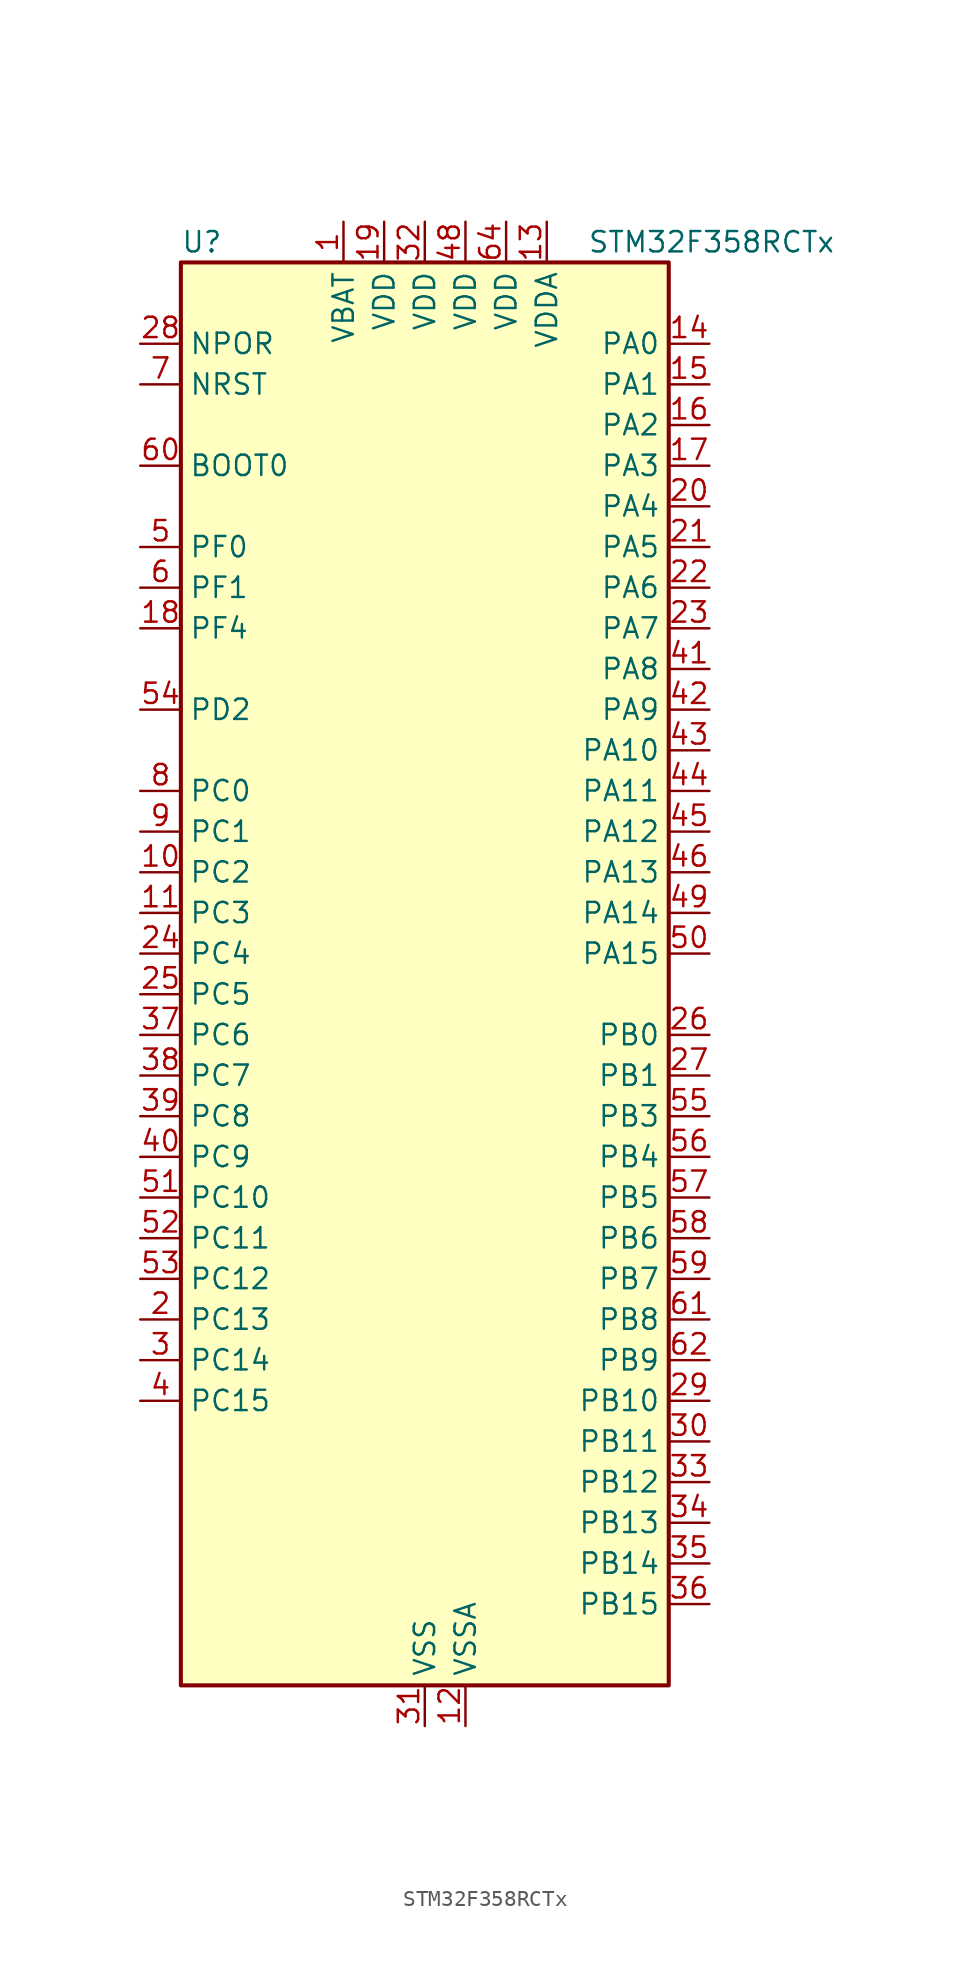
<source format=kicad_sym>
(kicad_symbol_lib
  (version 20241209)
  (generator "kicad_symbol_editor")
  (generator_version "9.0")
  (symbol "STM32F358RCTx"
    (property "Reference" "U"
      (at -15.24 46.99 0)
      (effects (font (size 1.27 1.27)) (justify left)))
    (property "Value" "STM32F358RCTx"
      (at 10.16 46.99 0)
      (effects (font (size 1.27 1.27)) (justify left)))
    (symbol "STM32F358RCTx_0_1"
      (rectangle (start -15.24 -43.18) (end 15.24 45.72) (stroke (width 0.254) (type default)) (fill (type background))))
    (symbol "STM32F358RCTx_1_1"
      (pin input line (at -17.78 40.64 0) (length 2.54) (name "NPOR" (effects (font (size 1.27 1.27)))) (number "28" (effects (font (size 1.27 1.27)))))
      (pin input line (at -17.78 38.1 0) (length 2.54) (name "NRST" (effects (font (size 1.27 1.27)))) (number "7" (effects (font (size 1.27 1.27)))))
      (pin input line (at -17.78 33.02 0) (length 2.54) (name "BOOT0" (effects (font (size 1.27 1.27)))) (number "60" (effects (font (size 1.27 1.27)))))
      (pin bidirectional line (at -17.78 27.94 0) (length 2.54) (name "PF0" (effects (font (size 1.27 1.27)))) (number "5" (effects (font (size 1.27 1.27)))) (alternate "I2C2_SDA" bidirectional line) (alternate "RCC_OSC_IN" bidirectional line) (alternate "TIM1_CH3N" bidirectional line))
      (pin bidirectional line (at -17.78 25.4 0) (length 2.54) (name "PF1" (effects (font (size 1.27 1.27)))) (number "6" (effects (font (size 1.27 1.27)))) (alternate "I2C2_SCL" bidirectional line) (alternate "RCC_OSC_OUT" bidirectional line))
      (pin bidirectional line (at -17.78 22.86 0) (length 2.54) (name "PF4" (effects (font (size 1.27 1.27)))) (number "18" (effects (font (size 1.27 1.27)))) (alternate "ADC1_IN5" bidirectional line) (alternate "COMP1_OUT" bidirectional line))
      (pin bidirectional line (at -17.78 17.78 0) (length 2.54) (name "PD2" (effects (font (size 1.27 1.27)))) (number "54" (effects (font (size 1.27 1.27)))) (alternate "ADC3_EXTI2" bidirectional line) (alternate "ADC4_EXTI2" bidirectional line) (alternate "TIM3_ETR" bidirectional line) (alternate "TIM8_BKIN" bidirectional line) (alternate "UART5_RX" bidirectional line))
      (pin bidirectional line (at -17.78 12.7 0) (length 2.54) (name "PC0" (effects (font (size 1.27 1.27)))) (number "8" (effects (font (size 1.27 1.27)))) (alternate "ADC1_IN6" bidirectional line) (alternate "ADC2_IN6" bidirectional line) (alternate "COMP7_INM" bidirectional line))
      (pin bidirectional line (at -17.78 10.16 0) (length 2.54) (name "PC1" (effects (font (size 1.27 1.27)))) (number "9" (effects (font (size 1.27 1.27)))) (alternate "ADC1_IN7" bidirectional line) (alternate "ADC2_IN7" bidirectional line) (alternate "COMP7_INP" bidirectional line))
      (pin bidirectional line (at -17.78 7.62 0) (length 2.54) (name "PC2" (effects (font (size 1.27 1.27)))) (number "10" (effects (font (size 1.27 1.27)))) (alternate "ADC1_IN8" bidirectional line) (alternate "ADC2_IN8" bidirectional line) (alternate "ADC3_EXTI2" bidirectional line) (alternate "ADC4_EXTI2" bidirectional line) (alternate "COMP7_OUT" bidirectional line))
      (pin bidirectional line (at -17.78 5.08 0) (length 2.54) (name "PC3" (effects (font (size 1.27 1.27)))) (number "11" (effects (font (size 1.27 1.27)))) (alternate "ADC1_IN9" bidirectional line) (alternate "ADC2_IN9" bidirectional line) (alternate "TIM1_BKIN2" bidirectional line))
      (pin bidirectional line (at -17.78 2.54 0) (length 2.54) (name "PC4" (effects (font (size 1.27 1.27)))) (number "24" (effects (font (size 1.27 1.27)))) (alternate "ADC2_IN5" bidirectional line) (alternate "USART1_TX" bidirectional line))
      (pin bidirectional line (at -17.78 0 0) (length 2.54) (name "PC5" (effects (font (size 1.27 1.27)))) (number "25" (effects (font (size 1.27 1.27)))) (alternate "ADC2_IN11" bidirectional line) (alternate "OPAMP1_VINM" bidirectional line) (alternate "OPAMP1_VINM_SEC" bidirectional line) (alternate "OPAMP2_VINM" bidirectional line) (alternate "OPAMP2_VINM_SEC" bidirectional line) (alternate "TSC_G3_IO1" bidirectional line) (alternate "USART1_RX" bidirectional line))
      (pin bidirectional line (at -17.78 -2.54 0) (length 2.54) (name "PC6" (effects (font (size 1.27 1.27)))) (number "37" (effects (font (size 1.27 1.27)))) (alternate "COMP6_OUT" bidirectional line) (alternate "I2S2_MCK" bidirectional line) (alternate "TIM3_CH1" bidirectional line) (alternate "TIM8_CH1" bidirectional line))
      (pin bidirectional line (at -17.78 -5.08 0) (length 2.54) (name "PC7" (effects (font (size 1.27 1.27)))) (number "38" (effects (font (size 1.27 1.27)))) (alternate "COMP5_OUT" bidirectional line) (alternate "I2S3_MCK" bidirectional line) (alternate "TIM3_CH2" bidirectional line) (alternate "TIM8_CH2" bidirectional line))
      (pin bidirectional line (at -17.78 -7.62 0) (length 2.54) (name "PC8" (effects (font (size 1.27 1.27)))) (number "39" (effects (font (size 1.27 1.27)))) (alternate "COMP3_OUT" bidirectional line) (alternate "TIM3_CH3" bidirectional line) (alternate "TIM8_CH3" bidirectional line))
      (pin bidirectional line (at -17.78 -10.16 0) (length 2.54) (name "PC9" (effects (font (size 1.27 1.27)))) (number "40" (effects (font (size 1.27 1.27)))) (alternate "DAC_EXTI9" bidirectional line) (alternate "I2S_CKIN" bidirectional line) (alternate "TIM3_CH4" bidirectional line) (alternate "TIM8_BKIN2" bidirectional line) (alternate "TIM8_CH4" bidirectional line))
      (pin bidirectional line (at -17.78 -12.7 0) (length 2.54) (name "PC10" (effects (font (size 1.27 1.27)))) (number "51" (effects (font (size 1.27 1.27)))) (alternate "I2S3_CK" bidirectional line) (alternate "SPI3_SCK" bidirectional line) (alternate "TIM8_CH1N" bidirectional line) (alternate "UART4_TX" bidirectional line) (alternate "USART3_TX" bidirectional line))
      (pin bidirectional line (at -17.78 -15.24 0) (length 2.54) (name "PC11" (effects (font (size 1.27 1.27)))) (number "52" (effects (font (size 1.27 1.27)))) (alternate "ADC1_EXTI11" bidirectional line) (alternate "ADC2_EXTI11" bidirectional line) (alternate "I2S3_ext_SD" bidirectional line) (alternate "SPI3_MISO" bidirectional line) (alternate "TIM8_CH2N" bidirectional line) (alternate "UART4_RX" bidirectional line) (alternate "USART3_RX" bidirectional line))
      (pin bidirectional line (at -17.78 -17.78 0) (length 2.54) (name "PC12" (effects (font (size 1.27 1.27)))) (number "53" (effects (font (size 1.27 1.27)))) (alternate "I2S3_SD" bidirectional line) (alternate "SPI3_MOSI" bidirectional line) (alternate "TIM8_CH3N" bidirectional line) (alternate "UART5_TX" bidirectional line) (alternate "USART3_CK" bidirectional line))
      (pin bidirectional line (at -17.78 -20.32 0) (length 2.54) (name "PC13" (effects (font (size 1.27 1.27)))) (number "2" (effects (font (size 1.27 1.27)))) (alternate "RTC_OUT_ALARM" bidirectional line) (alternate "RTC_OUT_CALIB" bidirectional line) (alternate "RTC_TAMP1" bidirectional line) (alternate "RTC_TS" bidirectional line) (alternate "SYS_WKUP2" bidirectional line) (alternate "TIM1_CH1N" bidirectional line))
      (pin bidirectional line (at -17.78 -22.86 0) (length 2.54) (name "PC14" (effects (font (size 1.27 1.27)))) (number "3" (effects (font (size 1.27 1.27)))) (alternate "RCC_OSC32_IN" bidirectional line))
      (pin bidirectional line (at -17.78 -25.4 0) (length 2.54) (name "PC15" (effects (font (size 1.27 1.27)))) (number "4" (effects (font (size 1.27 1.27)))) (alternate "ADC1_EXTI15" bidirectional line) (alternate "ADC2_EXTI15" bidirectional line) (alternate "RCC_OSC32_OUT" bidirectional line))
      (pin power_in line (at -5.08 48.26 270) (length 2.54) (name "VBAT" (effects (font (size 1.27 1.27)))) (number "1" (effects (font (size 1.27 1.27)))))
      (pin power_in line (at -2.54 48.26 270) (length 2.54) (name "VDD" (effects (font (size 1.27 1.27)))) (number "19" (effects (font (size 1.27 1.27)))))
      (pin power_in line (at 0 48.26 270) (length 2.54) (name "VDD" (effects (font (size 1.27 1.27)))) (number "32" (effects (font (size 1.27 1.27)))))
      (pin power_in line (at 0 -45.72 90) (length 2.54) (name "VSS" (effects (font (size 1.27 1.27)))) (number "31" (effects (font (size 1.27 1.27)))))
      (pin passive line (at 0 -45.72 90) (length 2.54) (hide yes) (name "VSS" (effects (font (size 1.27 1.27)))) (number "47" (effects (font (size 1.27 1.27)))))
      (pin passive line (at 0 -45.72 90) (length 2.54) (hide yes) (name "VSS" (effects (font (size 1.27 1.27)))) (number "63" (effects (font (size 1.27 1.27)))))
      (pin power_in line (at 2.54 48.26 270) (length 2.54) (name "VDD" (effects (font (size 1.27 1.27)))) (number "48" (effects (font (size 1.27 1.27)))))
      (pin power_in line (at 2.54 -45.72 90) (length 2.54) (name "VSSA" (effects (font (size 1.27 1.27)))) (number "12" (effects (font (size 1.27 1.27)))))
      (pin power_in line (at 5.08 48.26 270) (length 2.54) (name "VDD" (effects (font (size 1.27 1.27)))) (number "64" (effects (font (size 1.27 1.27)))))
      (pin power_in line (at 7.62 48.26 270) (length 2.54) (name "VDDA" (effects (font (size 1.27 1.27)))) (number "13" (effects (font (size 1.27 1.27)))))
      (pin bidirectional line (at 17.78 40.64 180) (length 2.54) (name "PA0" (effects (font (size 1.27 1.27)))) (number "14" (effects (font (size 1.27 1.27)))) (alternate "ADC1_IN1" bidirectional line) (alternate "COMP1_INM" bidirectional line) (alternate "COMP1_OUT" bidirectional line) (alternate "COMP7_INP" bidirectional line) (alternate "RTC_TAMP2" bidirectional line) (alternate "SYS_WKUP1" bidirectional line) (alternate "TIM2_CH1" bidirectional line) (alternate "TIM2_ETR" bidirectional line) (alternate "TIM8_BKIN" bidirectional line) (alternate "TIM8_ETR" bidirectional line) (alternate "TSC_G1_IO1" bidirectional line) (alternate "USART2_CTS" bidirectional line))
      (pin bidirectional line (at 17.78 38.1 180) (length 2.54) (name "PA1" (effects (font (size 1.27 1.27)))) (number "15" (effects (font (size 1.27 1.27)))) (alternate "ADC1_IN2" bidirectional line) (alternate "COMP1_INP" bidirectional line) (alternate "OPAMP1_VINP" bidirectional line) (alternate "OPAMP1_VINP_SEC" bidirectional line) (alternate "OPAMP3_VINP" bidirectional line) (alternate "OPAMP3_VINP_SEC" bidirectional line) (alternate "RTC_REFIN" bidirectional line) (alternate "TIM15_CH1N" bidirectional line) (alternate "TIM2_CH2" bidirectional line) (alternate "TSC_G1_IO2" bidirectional line) (alternate "USART2_DE" bidirectional line) (alternate "USART2_RTS" bidirectional line))
      (pin bidirectional line (at 17.78 35.56 180) (length 2.54) (name "PA2" (effects (font (size 1.27 1.27)))) (number "16" (effects (font (size 1.27 1.27)))) (alternate "ADC1_IN3" bidirectional line) (alternate "ADC3_EXTI2" bidirectional line) (alternate "ADC4_EXTI2" bidirectional line) (alternate "COMP2_INM" bidirectional line) (alternate "COMP2_OUT" bidirectional line) (alternate "OPAMP1_VOUT" bidirectional line) (alternate "TIM15_CH1" bidirectional line) (alternate "TIM2_CH3" bidirectional line) (alternate "TSC_G1_IO3" bidirectional line) (alternate "USART2_TX" bidirectional line))
      (pin bidirectional line (at 17.78 33.02 180) (length 2.54) (name "PA3" (effects (font (size 1.27 1.27)))) (number "17" (effects (font (size 1.27 1.27)))) (alternate "ADC1_IN4" bidirectional line) (alternate "COMP2_INP" bidirectional line) (alternate "OPAMP1_VINM" bidirectional line) (alternate "OPAMP1_VINM_SEC" bidirectional line) (alternate "OPAMP1_VINP" bidirectional line) (alternate "OPAMP1_VINP_SEC" bidirectional line) (alternate "TIM15_CH2" bidirectional line) (alternate "TIM2_CH4" bidirectional line) (alternate "TSC_G1_IO4" bidirectional line) (alternate "USART2_RX" bidirectional line))
      (pin bidirectional line (at 17.78 30.48 180) (length 2.54) (name "PA4" (effects (font (size 1.27 1.27)))) (number "20" (effects (font (size 1.27 1.27)))) (alternate "ADC2_IN1" bidirectional line) (alternate "COMP1_INM" bidirectional line) (alternate "COMP2_INM" bidirectional line) (alternate "COMP3_INM" bidirectional line) (alternate "COMP4_INM" bidirectional line) (alternate "COMP5_INM" bidirectional line) (alternate "COMP6_INM" bidirectional line) (alternate "COMP7_INM" bidirectional line) (alternate "DAC_OUT1" bidirectional line) (alternate "I2S3_WS" bidirectional line) (alternate "OPAMP4_VINP" bidirectional line) (alternate "OPAMP4_VINP_SEC" bidirectional line) (alternate "SPI1_NSS" bidirectional line) (alternate "SPI3_NSS" bidirectional line) (alternate "TIM3_CH2" bidirectional line) (alternate "TSC_G2_IO1" bidirectional line) (alternate "USART2_CK" bidirectional line))
      (pin bidirectional line (at 17.78 27.94 180) (length 2.54) (name "PA5" (effects (font (size 1.27 1.27)))) (number "21" (effects (font (size 1.27 1.27)))) (alternate "ADC2_IN2" bidirectional line) (alternate "COMP1_INM" bidirectional line) (alternate "COMP2_INM" bidirectional line) (alternate "COMP3_INM" bidirectional line) (alternate "COMP4_INM" bidirectional line) (alternate "COMP5_INM" bidirectional line) (alternate "COMP6_INM" bidirectional line) (alternate "COMP7_INM" bidirectional line) (alternate "DAC_OUT2" bidirectional line) (alternate "OPAMP1_VINP" bidirectional line) (alternate "OPAMP1_VINP_SEC" bidirectional line) (alternate "OPAMP2_VINM" bidirectional line) (alternate "OPAMP2_VINM_SEC" bidirectional line) (alternate "OPAMP3_VINP" bidirectional line) (alternate "OPAMP3_VINP_SEC" bidirectional line) (alternate "SPI1_SCK" bidirectional line) (alternate "TIM2_CH1" bidirectional line) (alternate "TIM2_ETR" bidirectional line) (alternate "TSC_G2_IO2" bidirectional line))
      (pin bidirectional line (at 17.78 25.4 180) (length 2.54) (name "PA6" (effects (font (size 1.27 1.27)))) (number "22" (effects (font (size 1.27 1.27)))) (alternate "ADC2_IN3" bidirectional line) (alternate "COMP1_OUT" bidirectional line) (alternate "OPAMP2_VOUT" bidirectional line) (alternate "SPI1_MISO" bidirectional line) (alternate "TIM16_CH1" bidirectional line) (alternate "TIM1_BKIN" bidirectional line) (alternate "TIM3_CH1" bidirectional line) (alternate "TIM8_BKIN" bidirectional line) (alternate "TSC_G2_IO3" bidirectional line))
      (pin bidirectional line (at 17.78 22.86 180) (length 2.54) (name "PA7" (effects (font (size 1.27 1.27)))) (number "23" (effects (font (size 1.27 1.27)))) (alternate "ADC2_IN4" bidirectional line) (alternate "COMP2_INP" bidirectional line) (alternate "COMP2_OUT" bidirectional line) (alternate "OPAMP1_VINP" bidirectional line) (alternate "OPAMP1_VINP_SEC" bidirectional line) (alternate "OPAMP2_VINP" bidirectional line) (alternate "OPAMP2_VINP_SEC" bidirectional line) (alternate "SPI1_MOSI" bidirectional line) (alternate "TIM17_CH1" bidirectional line) (alternate "TIM1_CH1N" bidirectional line) (alternate "TIM3_CH2" bidirectional line) (alternate "TIM8_CH1N" bidirectional line) (alternate "TSC_G2_IO4" bidirectional line))
      (pin bidirectional line (at 17.78 20.32 180) (length 2.54) (name "PA8" (effects (font (size 1.27 1.27)))) (number "41" (effects (font (size 1.27 1.27)))) (alternate "COMP3_OUT" bidirectional line) (alternate "I2C2_SMBA" bidirectional line) (alternate "I2S2_MCK" bidirectional line) (alternate "RCC_MCO" bidirectional line) (alternate "TIM1_CH1" bidirectional line) (alternate "TIM4_ETR" bidirectional line) (alternate "USART1_CK" bidirectional line))
      (pin bidirectional line (at 17.78 17.78 180) (length 2.54) (name "PA9" (effects (font (size 1.27 1.27)))) (number "42" (effects (font (size 1.27 1.27)))) (alternate "COMP5_OUT" bidirectional line) (alternate "DAC_EXTI9" bidirectional line) (alternate "I2C2_SCL" bidirectional line) (alternate "I2S3_MCK" bidirectional line) (alternate "TIM15_BKIN" bidirectional line) (alternate "TIM1_CH2" bidirectional line) (alternate "TIM2_CH3" bidirectional line) (alternate "TSC_G4_IO1" bidirectional line) (alternate "USART1_TX" bidirectional line))
      (pin bidirectional line (at 17.78 15.24 180) (length 2.54) (name "PA10" (effects (font (size 1.27 1.27)))) (number "43" (effects (font (size 1.27 1.27)))) (alternate "COMP6_OUT" bidirectional line) (alternate "I2C2_SDA" bidirectional line) (alternate "TIM17_BKIN" bidirectional line) (alternate "TIM1_CH3" bidirectional line) (alternate "TIM2_CH4" bidirectional line) (alternate "TIM8_BKIN" bidirectional line) (alternate "TSC_G4_IO2" bidirectional line) (alternate "USART1_RX" bidirectional line))
      (pin bidirectional line (at 17.78 12.7 180) (length 2.54) (name "PA11" (effects (font (size 1.27 1.27)))) (number "44" (effects (font (size 1.27 1.27)))) (alternate "ADC1_EXTI11" bidirectional line) (alternate "ADC2_EXTI11" bidirectional line) (alternate "CAN_RX" bidirectional line) (alternate "COMP1_OUT" bidirectional line) (alternate "TIM1_BKIN2" bidirectional line) (alternate "TIM1_CH1N" bidirectional line) (alternate "TIM1_CH4" bidirectional line) (alternate "TIM4_CH1" bidirectional line) (alternate "USART1_CTS" bidirectional line))
      (pin bidirectional line (at 17.78 10.16 180) (length 2.54) (name "PA12" (effects (font (size 1.27 1.27)))) (number "45" (effects (font (size 1.27 1.27)))) (alternate "CAN_TX" bidirectional line) (alternate "COMP2_OUT" bidirectional line) (alternate "TIM16_CH1" bidirectional line) (alternate "TIM1_CH2N" bidirectional line) (alternate "TIM1_ETR" bidirectional line) (alternate "TIM4_CH2" bidirectional line) (alternate "USART1_DE" bidirectional line) (alternate "USART1_RTS" bidirectional line))
      (pin bidirectional line (at 17.78 7.62 180) (length 2.54) (name "PA13" (effects (font (size 1.27 1.27)))) (number "46" (effects (font (size 1.27 1.27)))) (alternate "IR_OUT" bidirectional line) (alternate "SYS_JTMS-SWDIO" bidirectional line) (alternate "TIM16_CH1N" bidirectional line) (alternate "TIM4_CH3" bidirectional line) (alternate "TSC_G4_IO3" bidirectional line) (alternate "USART3_CTS" bidirectional line))
      (pin bidirectional line (at 17.78 5.08 180) (length 2.54) (name "PA14" (effects (font (size 1.27 1.27)))) (number "49" (effects (font (size 1.27 1.27)))) (alternate "I2C1_SDA" bidirectional line) (alternate "SYS_JTCK-SWCLK" bidirectional line) (alternate "TIM1_BKIN" bidirectional line) (alternate "TIM8_CH2" bidirectional line) (alternate "TSC_G4_IO4" bidirectional line) (alternate "USART2_TX" bidirectional line))
      (pin bidirectional line (at 17.78 2.54 180) (length 2.54) (name "PA15" (effects (font (size 1.27 1.27)))) (number "50" (effects (font (size 1.27 1.27)))) (alternate "ADC1_EXTI15" bidirectional line) (alternate "ADC2_EXTI15" bidirectional line) (alternate "I2C1_SCL" bidirectional line) (alternate "I2S3_WS" bidirectional line) (alternate "SPI1_NSS" bidirectional line) (alternate "SPI3_NSS" bidirectional line) (alternate "SYS_JTDI" bidirectional line) (alternate "TIM1_BKIN" bidirectional line) (alternate "TIM2_CH1" bidirectional line) (alternate "TIM2_ETR" bidirectional line) (alternate "TIM8_CH1" bidirectional line) (alternate "USART2_RX" bidirectional line))
      (pin bidirectional line (at 17.78 -2.54 180) (length 2.54) (name "PB0" (effects (font (size 1.27 1.27)))) (number "26" (effects (font (size 1.27 1.27)))) (alternate "ADC3_IN12" bidirectional line) (alternate "COMP4_INP" bidirectional line) (alternate "OPAMP2_VINP" bidirectional line) (alternate "OPAMP2_VINP_SEC" bidirectional line) (alternate "OPAMP3_VINP" bidirectional line) (alternate "OPAMP3_VINP_SEC" bidirectional line) (alternate "TIM1_CH2N" bidirectional line) (alternate "TIM3_CH3" bidirectional line) (alternate "TIM8_CH2N" bidirectional line) (alternate "TSC_G3_IO2" bidirectional line))
      (pin bidirectional line (at 17.78 -5.08 180) (length 2.54) (name "PB1" (effects (font (size 1.27 1.27)))) (number "27" (effects (font (size 1.27 1.27)))) (alternate "ADC3_IN1" bidirectional line) (alternate "COMP4_OUT" bidirectional line) (alternate "OPAMP3_VOUT" bidirectional line) (alternate "TIM1_CH3N" bidirectional line) (alternate "TIM3_CH4" bidirectional line) (alternate "TIM8_CH3N" bidirectional line) (alternate "TSC_G3_IO3" bidirectional line))
      (pin bidirectional line (at 17.78 -7.62 180) (length 2.54) (name "PB3" (effects (font (size 1.27 1.27)))) (number "55" (effects (font (size 1.27 1.27)))) (alternate "I2S3_CK" bidirectional line) (alternate "SPI1_SCK" bidirectional line) (alternate "SPI3_SCK" bidirectional line) (alternate "SYS_JTDO-TRACESWO" bidirectional line) (alternate "TIM2_CH2" bidirectional line) (alternate "TIM3_ETR" bidirectional line) (alternate "TIM4_ETR" bidirectional line) (alternate "TIM8_CH1N" bidirectional line) (alternate "TSC_G5_IO1" bidirectional line) (alternate "USART2_TX" bidirectional line))
      (pin bidirectional line (at 17.78 -10.16 180) (length 2.54) (name "PB4" (effects (font (size 1.27 1.27)))) (number "56" (effects (font (size 1.27 1.27)))) (alternate "I2S3_ext_SD" bidirectional line) (alternate "SPI1_MISO" bidirectional line) (alternate "SPI3_MISO" bidirectional line) (alternate "SYS_NJTRST" bidirectional line) (alternate "TIM16_CH1" bidirectional line) (alternate "TIM17_BKIN" bidirectional line) (alternate "TIM3_CH1" bidirectional line) (alternate "TIM8_CH2N" bidirectional line) (alternate "TSC_G5_IO2" bidirectional line) (alternate "USART2_RX" bidirectional line))
      (pin bidirectional line (at 17.78 -12.7 180) (length 2.54) (name "PB5" (effects (font (size 1.27 1.27)))) (number "57" (effects (font (size 1.27 1.27)))) (alternate "I2C1_SMBA" bidirectional line) (alternate "I2S3_SD" bidirectional line) (alternate "SPI1_MOSI" bidirectional line) (alternate "SPI3_MOSI" bidirectional line) (alternate "TIM16_BKIN" bidirectional line) (alternate "TIM17_CH1" bidirectional line) (alternate "TIM3_CH2" bidirectional line) (alternate "TIM8_CH3N" bidirectional line) (alternate "USART2_CK" bidirectional line))
      (pin bidirectional line (at 17.78 -15.24 180) (length 2.54) (name "PB6" (effects (font (size 1.27 1.27)))) (number "58" (effects (font (size 1.27 1.27)))) (alternate "I2C1_SCL" bidirectional line) (alternate "TIM16_CH1N" bidirectional line) (alternate "TIM4_CH1" bidirectional line) (alternate "TIM8_BKIN2" bidirectional line) (alternate "TIM8_CH1" bidirectional line) (alternate "TIM8_ETR" bidirectional line) (alternate "TSC_G5_IO3" bidirectional line) (alternate "USART1_TX" bidirectional line))
      (pin bidirectional line (at 17.78 -17.78 180) (length 2.54) (name "PB7" (effects (font (size 1.27 1.27)))) (number "59" (effects (font (size 1.27 1.27)))) (alternate "I2C1_SDA" bidirectional line) (alternate "TIM17_CH1N" bidirectional line) (alternate "TIM3_CH4" bidirectional line) (alternate "TIM4_CH2" bidirectional line) (alternate "TIM8_BKIN" bidirectional line) (alternate "TSC_G5_IO4" bidirectional line) (alternate "USART1_RX" bidirectional line))
      (pin bidirectional line (at 17.78 -20.32 180) (length 2.54) (name "PB8" (effects (font (size 1.27 1.27)))) (number "61" (effects (font (size 1.27 1.27)))) (alternate "CAN_RX" bidirectional line) (alternate "COMP1_OUT" bidirectional line) (alternate "I2C1_SCL" bidirectional line) (alternate "TIM16_CH1" bidirectional line) (alternate "TIM1_BKIN" bidirectional line) (alternate "TIM4_CH3" bidirectional line) (alternate "TIM8_CH2" bidirectional line) (alternate "TSC_SYNC" bidirectional line))
      (pin bidirectional line (at 17.78 -22.86 180) (length 2.54) (name "PB9" (effects (font (size 1.27 1.27)))) (number "62" (effects (font (size 1.27 1.27)))) (alternate "CAN_TX" bidirectional line) (alternate "COMP2_OUT" bidirectional line) (alternate "DAC_EXTI9" bidirectional line) (alternate "I2C1_SDA" bidirectional line) (alternate "IR_OUT" bidirectional line) (alternate "TIM17_CH1" bidirectional line) (alternate "TIM4_CH4" bidirectional line) (alternate "TIM8_CH3" bidirectional line))
      (pin bidirectional line (at 17.78 -25.4 180) (length 2.54) (name "PB10" (effects (font (size 1.27 1.27)))) (number "29" (effects (font (size 1.27 1.27)))) (alternate "COMP5_INM" bidirectional line) (alternate "OPAMP3_VINM" bidirectional line) (alternate "OPAMP3_VINM_SEC" bidirectional line) (alternate "OPAMP4_VINM" bidirectional line) (alternate "OPAMP4_VINM_SEC" bidirectional line) (alternate "TIM2_CH3" bidirectional line) (alternate "TSC_SYNC" bidirectional line) (alternate "USART3_TX" bidirectional line))
      (pin bidirectional line (at 17.78 -27.94 180) (length 2.54) (name "PB11" (effects (font (size 1.27 1.27)))) (number "30" (effects (font (size 1.27 1.27)))) (alternate "ADC1_EXTI11" bidirectional line) (alternate "ADC2_EXTI11" bidirectional line) (alternate "COMP6_INP" bidirectional line) (alternate "OPAMP4_VINP" bidirectional line) (alternate "OPAMP4_VINP_SEC" bidirectional line) (alternate "TIM2_CH4" bidirectional line) (alternate "TSC_G6_IO1" bidirectional line) (alternate "USART3_RX" bidirectional line))
      (pin bidirectional line (at 17.78 -30.48 180) (length 2.54) (name "PB12" (effects (font (size 1.27 1.27)))) (number "33" (effects (font (size 1.27 1.27)))) (alternate "ADC4_IN3" bidirectional line) (alternate "COMP3_INM" bidirectional line) (alternate "I2C2_SMBA" bidirectional line) (alternate "I2S2_WS" bidirectional line) (alternate "OPAMP4_VOUT" bidirectional line) (alternate "SPI2_NSS" bidirectional line) (alternate "TIM1_BKIN" bidirectional line) (alternate "TSC_G6_IO2" bidirectional line) (alternate "USART3_CK" bidirectional line))
      (pin bidirectional line (at 17.78 -33.02 180) (length 2.54) (name "PB13" (effects (font (size 1.27 1.27)))) (number "34" (effects (font (size 1.27 1.27)))) (alternate "ADC3_IN5" bidirectional line) (alternate "COMP5_INP" bidirectional line) (alternate "I2S2_CK" bidirectional line) (alternate "OPAMP3_VINP" bidirectional line) (alternate "OPAMP3_VINP_SEC" bidirectional line) (alternate "OPAMP4_VINP" bidirectional line) (alternate "OPAMP4_VINP_SEC" bidirectional line) (alternate "SPI2_SCK" bidirectional line) (alternate "TIM1_CH1N" bidirectional line) (alternate "TSC_G6_IO3" bidirectional line) (alternate "USART3_CTS" bidirectional line))
      (pin bidirectional line (at 17.78 -35.56 180) (length 2.54) (name "PB14" (effects (font (size 1.27 1.27)))) (number "35" (effects (font (size 1.27 1.27)))) (alternate "ADC4_IN4" bidirectional line) (alternate "COMP3_INP" bidirectional line) (alternate "I2S2_ext_SD" bidirectional line) (alternate "OPAMP2_VINP" bidirectional line) (alternate "OPAMP2_VINP_SEC" bidirectional line) (alternate "SPI2_MISO" bidirectional line) (alternate "TIM15_CH1" bidirectional line) (alternate "TIM1_CH2N" bidirectional line) (alternate "TSC_G6_IO4" bidirectional line) (alternate "USART3_DE" bidirectional line) (alternate "USART3_RTS" bidirectional line))
      (pin bidirectional line (at 17.78 -38.1 180) (length 2.54) (name "PB15" (effects (font (size 1.27 1.27)))) (number "36" (effects (font (size 1.27 1.27)))) (alternate "ADC1_EXTI15" bidirectional line) (alternate "ADC2_EXTI15" bidirectional line) (alternate "ADC4_IN5" bidirectional line) (alternate "COMP6_INM" bidirectional line) (alternate "I2S2_SD" bidirectional line) (alternate "RTC_REFIN" bidirectional line) (alternate "SPI2_MOSI" bidirectional line) (alternate "TIM15_CH1N" bidirectional line) (alternate "TIM15_CH2" bidirectional line) (alternate "TIM1_CH3N" bidirectional line)))))
</source>
